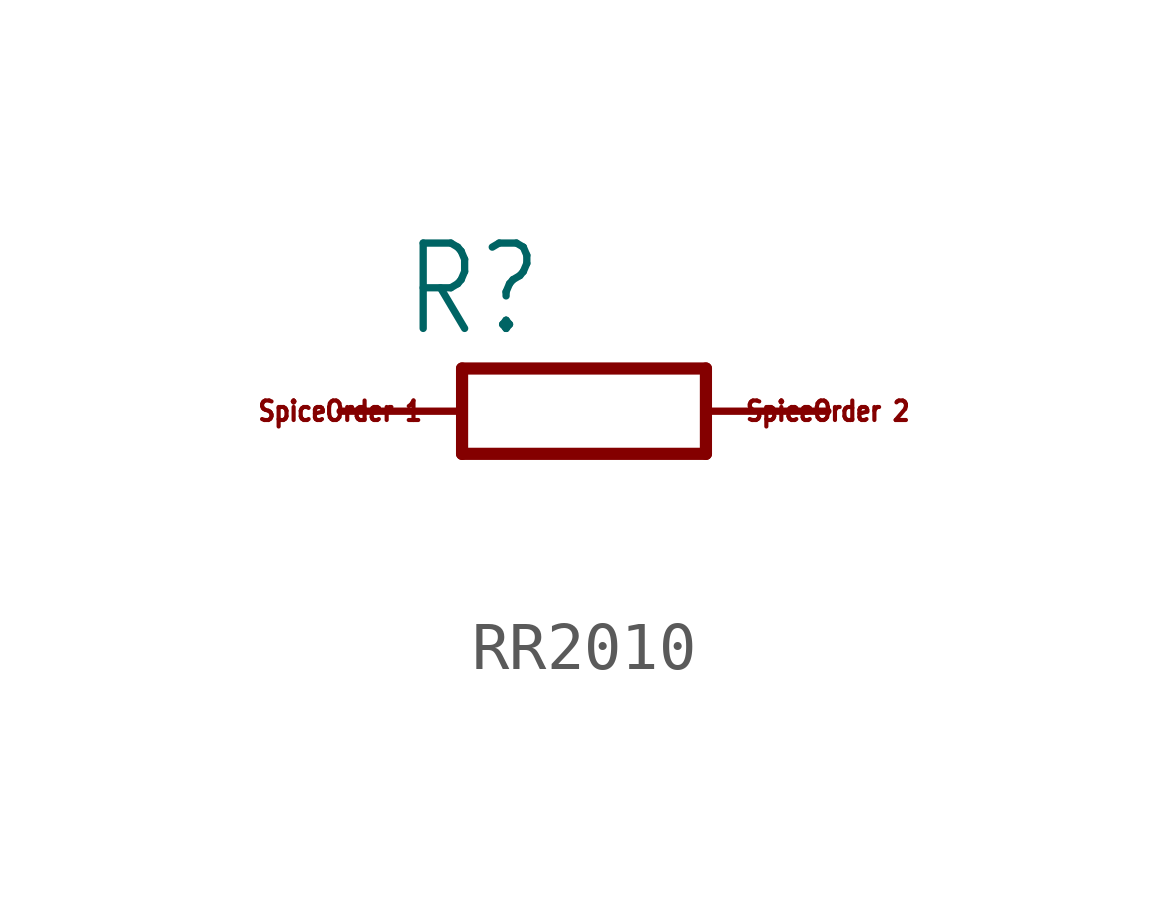
<source format=kicad_sym>
(kicad_symbol_lib
  (version 20220914)
  (generator kicad_symbol_editor)
  (symbol "RR2010"
    (property "Reference" "R"
      (at -3.81 1.499 0)
      (effects (font (size 1.778 1.511)) (justify left bottom)))
    (property "Value" ""
      (at -3.81 -3.302 0)
      (effects (font (size 1.778 1.511)) (justify left bottom)))
    (property "ki_locked" ""
      (at 0 0 0)
      (effects (font (size 1.27 1.27))))
    (symbol "RR2010_1_0"
      (polyline (pts (xy -2.54 -0.889) (xy -2.54 0.889)) (stroke (width 0.254) (type solid)) (fill (type none)))
      (polyline (pts (xy -2.54 -0.889) (xy 2.54 -0.889)) (stroke (width 0.254) (type solid)) (fill (type none)))
      (polyline (pts (xy 2.54 -0.889) (xy 2.54 0.889)) (stroke (width 0.254) (type solid)) (fill (type none)))
      (polyline (pts (xy 2.54 0.889) (xy -2.54 0.889)) (stroke (width 0.254) (type solid)) (fill (type none)))
      (text "SpiceOrder 1" (at -5.08 0 0) (effects (font (size 0.406 0.345))))
      (text "SpiceOrder 2" (at 5.08 0 0) (effects (font (size 0.406 0.345))))
      (pin passive line (at -5.08 0 0) (length 2.54) (name "1" (effects (font (size 0 0)))) (number "1" (effects (font (size 0 0)))))
      (pin passive line (at 5.08 0 180) (length 2.54) (name "2" (effects (font (size 0 0)))) (number "2" (effects (font (size 0 0))))))))
</source>
